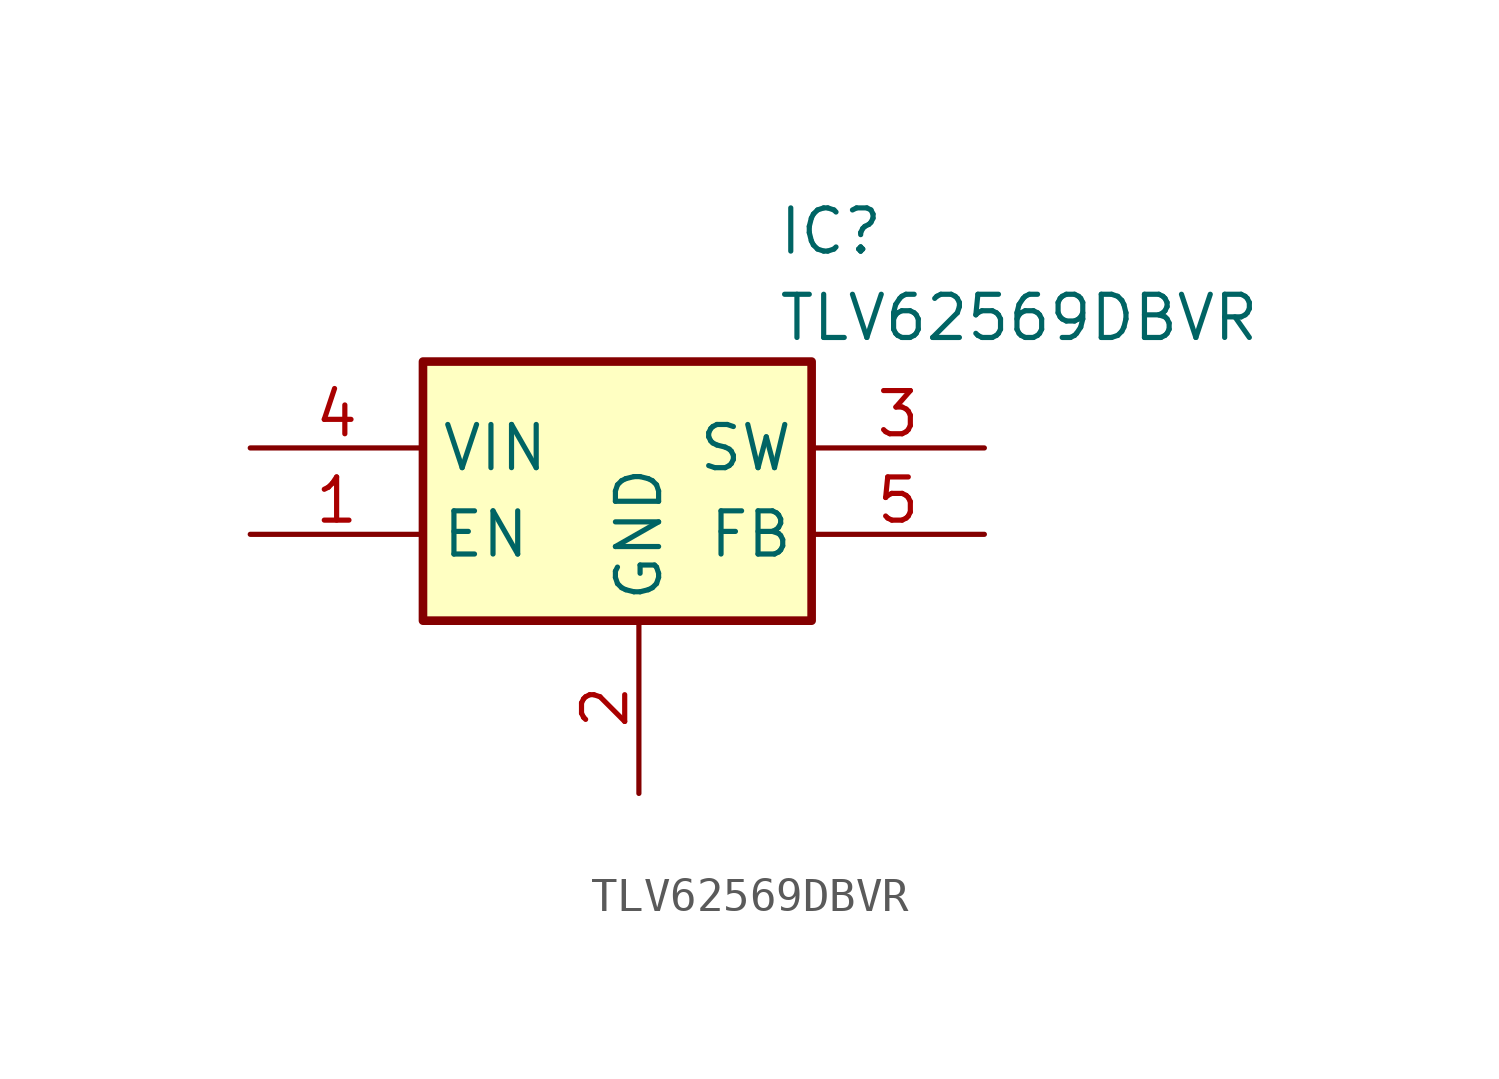
<source format=kicad_sym>
(kicad_symbol_lib
  (version 20241209)
  (generator "kicad_symbol_editor")
  (generator_version "9.0")
  (symbol "TLV62569DBVR"
    (property "Reference" "IC"
      (at 10.414 4.572 0)
      (effects (font (size 1.27 1.27)) (justify left top)))
    (property "Value" "TLV62569DBVR"
      (at 10.414 2.032 0)
      (effects (font (size 1.27 1.27)) (justify left top)))
    (symbol "TLV62569DBVR_1_1"
      (rectangle (start 0 0) (end 11.43 -7.62) (stroke (width 0.254) (type default)) (fill (type background)))
      (pin passive line (at -5.08 -2.54 0) (length 5.08) (name "VIN" (effects (font (size 1.27 1.27)))) (number "4" (effects (font (size 1.27 1.27)))))
      (pin passive line (at -5.08 -5.08 0) (length 5.08) (name "EN" (effects (font (size 1.27 1.27)))) (number "1" (effects (font (size 1.27 1.27)))))
      (pin passive line (at 6.35 -12.7 90) (length 5.08) (name "GND" (effects (font (size 1.27 1.27)))) (number "2" (effects (font (size 1.27 1.27)))))
      (pin passive line (at 16.51 -2.54 180) (length 5.08) (name "SW" (effects (font (size 1.27 1.27)))) (number "3" (effects (font (size 1.27 1.27)))))
      (pin passive line (at 16.51 -5.08 180) (length 5.08) (name "FB" (effects (font (size 1.27 1.27)))) (number "5" (effects (font (size 1.27 1.27))))))))
</source>
